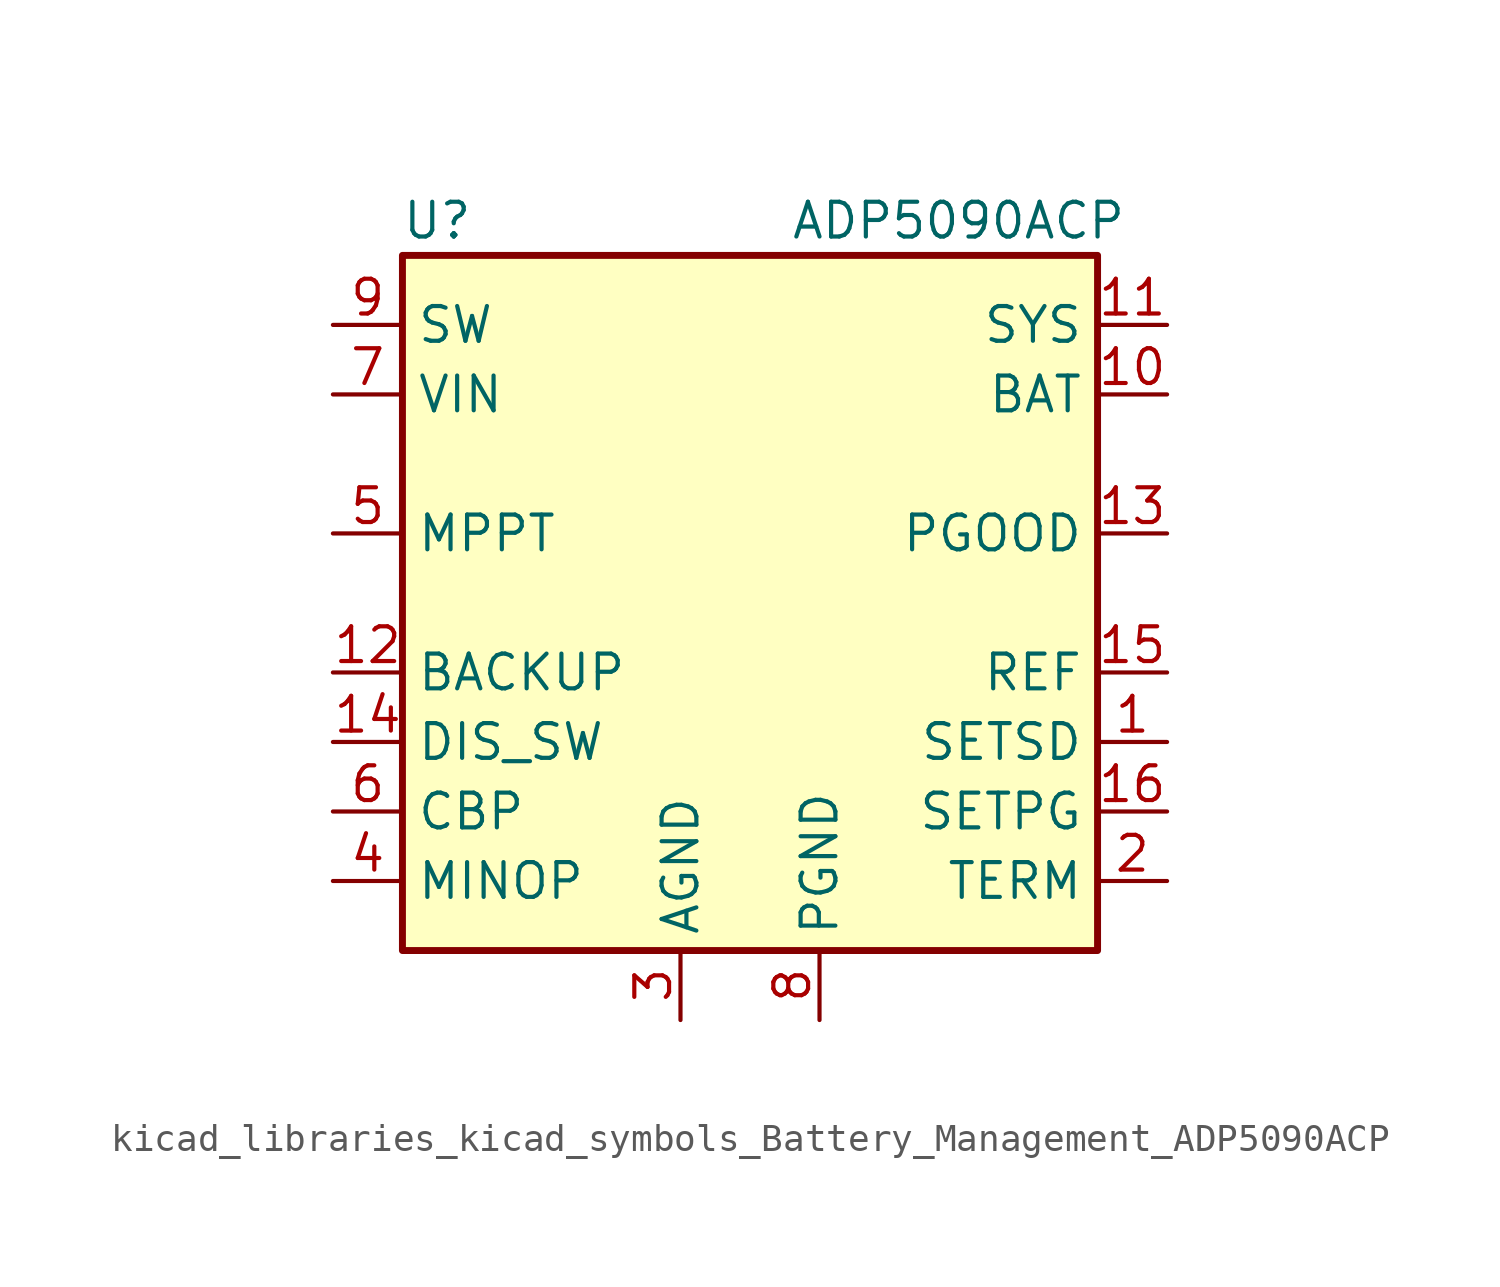
<source format=kicad_sym>
(kicad_symbol_lib
  (version 20220914)
  (generator kicad_symbol_editor)
  (symbol "kicad_libraries_kicad_symbols_Battery_Management_ADP5090ACP"
    (property "Reference" "U"
      (at -11.43 13.97 0)
      (effects (font (size 1.27 1.27))))
    (property "Value" "ADP5090ACP"
      (at 7.62 13.97 0)
      (effects (font (size 1.27 1.27))))
    (symbol "kicad_libraries_kicad_symbols_Battery_Management_ADP5090ACP_0_1"
      (rectangle (start -12.7 12.7) (end 12.7 -12.7) (stroke (width 0.254) (type default)) (fill (type background))))
    (symbol "kicad_libraries_kicad_symbols_Battery_Management_ADP5090ACP_1_1"
      (pin input line (at 15.24 -5.08 180) (length 2.54) (name "SETSD" (effects (font (size 1.27 1.27)))) (number "1" (effects (font (size 1.27 1.27)))))
      (pin power_out line (at 15.24 7.62 180) (length 2.54) (name "BAT" (effects (font (size 1.27 1.27)))) (number "10" (effects (font (size 1.27 1.27)))))
      (pin power_out line (at 15.24 10.16 180) (length 2.54) (name "SYS" (effects (font (size 1.27 1.27)))) (number "11" (effects (font (size 1.27 1.27)))))
      (pin passive line (at -15.24 -2.54 0) (length 2.54) (name "BACKUP" (effects (font (size 1.27 1.27)))) (number "12" (effects (font (size 1.27 1.27)))))
      (pin output line (at 15.24 2.54 180) (length 2.54) (name "PGOOD" (effects (font (size 1.27 1.27)))) (number "13" (effects (font (size 1.27 1.27)))))
      (pin input line (at -15.24 -5.08 0) (length 2.54) (name "DIS_SW" (effects (font (size 1.27 1.27)))) (number "14" (effects (font (size 1.27 1.27)))))
      (pin output line (at 15.24 -2.54 180) (length 2.54) (name "REF" (effects (font (size 1.27 1.27)))) (number "15" (effects (font (size 1.27 1.27)))))
      (pin input line (at 15.24 -7.62 180) (length 2.54) (name "SETPG" (effects (font (size 1.27 1.27)))) (number "16" (effects (font (size 1.27 1.27)))))
      (pin passive line (at -2.54 -15.24 90) (length 2.54) hide (name "AGND" (effects (font (size 1.27 1.27)))) (number "17" (effects (font (size 1.27 1.27)))))
      (pin input line (at 15.24 -10.16 180) (length 2.54) (name "TERM" (effects (font (size 1.27 1.27)))) (number "2" (effects (font (size 1.27 1.27)))))
      (pin power_in line (at -2.54 -15.24 90) (length 2.54) (name "AGND" (effects (font (size 1.27 1.27)))) (number "3" (effects (font (size 1.27 1.27)))))
      (pin passive line (at -15.24 -10.16 0) (length 2.54) (name "MINOP" (effects (font (size 1.27 1.27)))) (number "4" (effects (font (size 1.27 1.27)))))
      (pin input line (at -15.24 2.54 0) (length 2.54) (name "MPPT" (effects (font (size 1.27 1.27)))) (number "5" (effects (font (size 1.27 1.27)))))
      (pin passive line (at -15.24 -7.62 0) (length 2.54) (name "CBP" (effects (font (size 1.27 1.27)))) (number "6" (effects (font (size 1.27 1.27)))))
      (pin power_in line (at -15.24 7.62 0) (length 2.54) (name "VIN" (effects (font (size 1.27 1.27)))) (number "7" (effects (font (size 1.27 1.27)))))
      (pin power_in line (at 2.54 -15.24 90) (length 2.54) (name "PGND" (effects (font (size 1.27 1.27)))) (number "8" (effects (font (size 1.27 1.27)))))
      (pin input line (at -15.24 10.16 0) (length 2.54) (name "SW" (effects (font (size 1.27 1.27)))) (number "9" (effects (font (size 1.27 1.27))))))))
</source>
